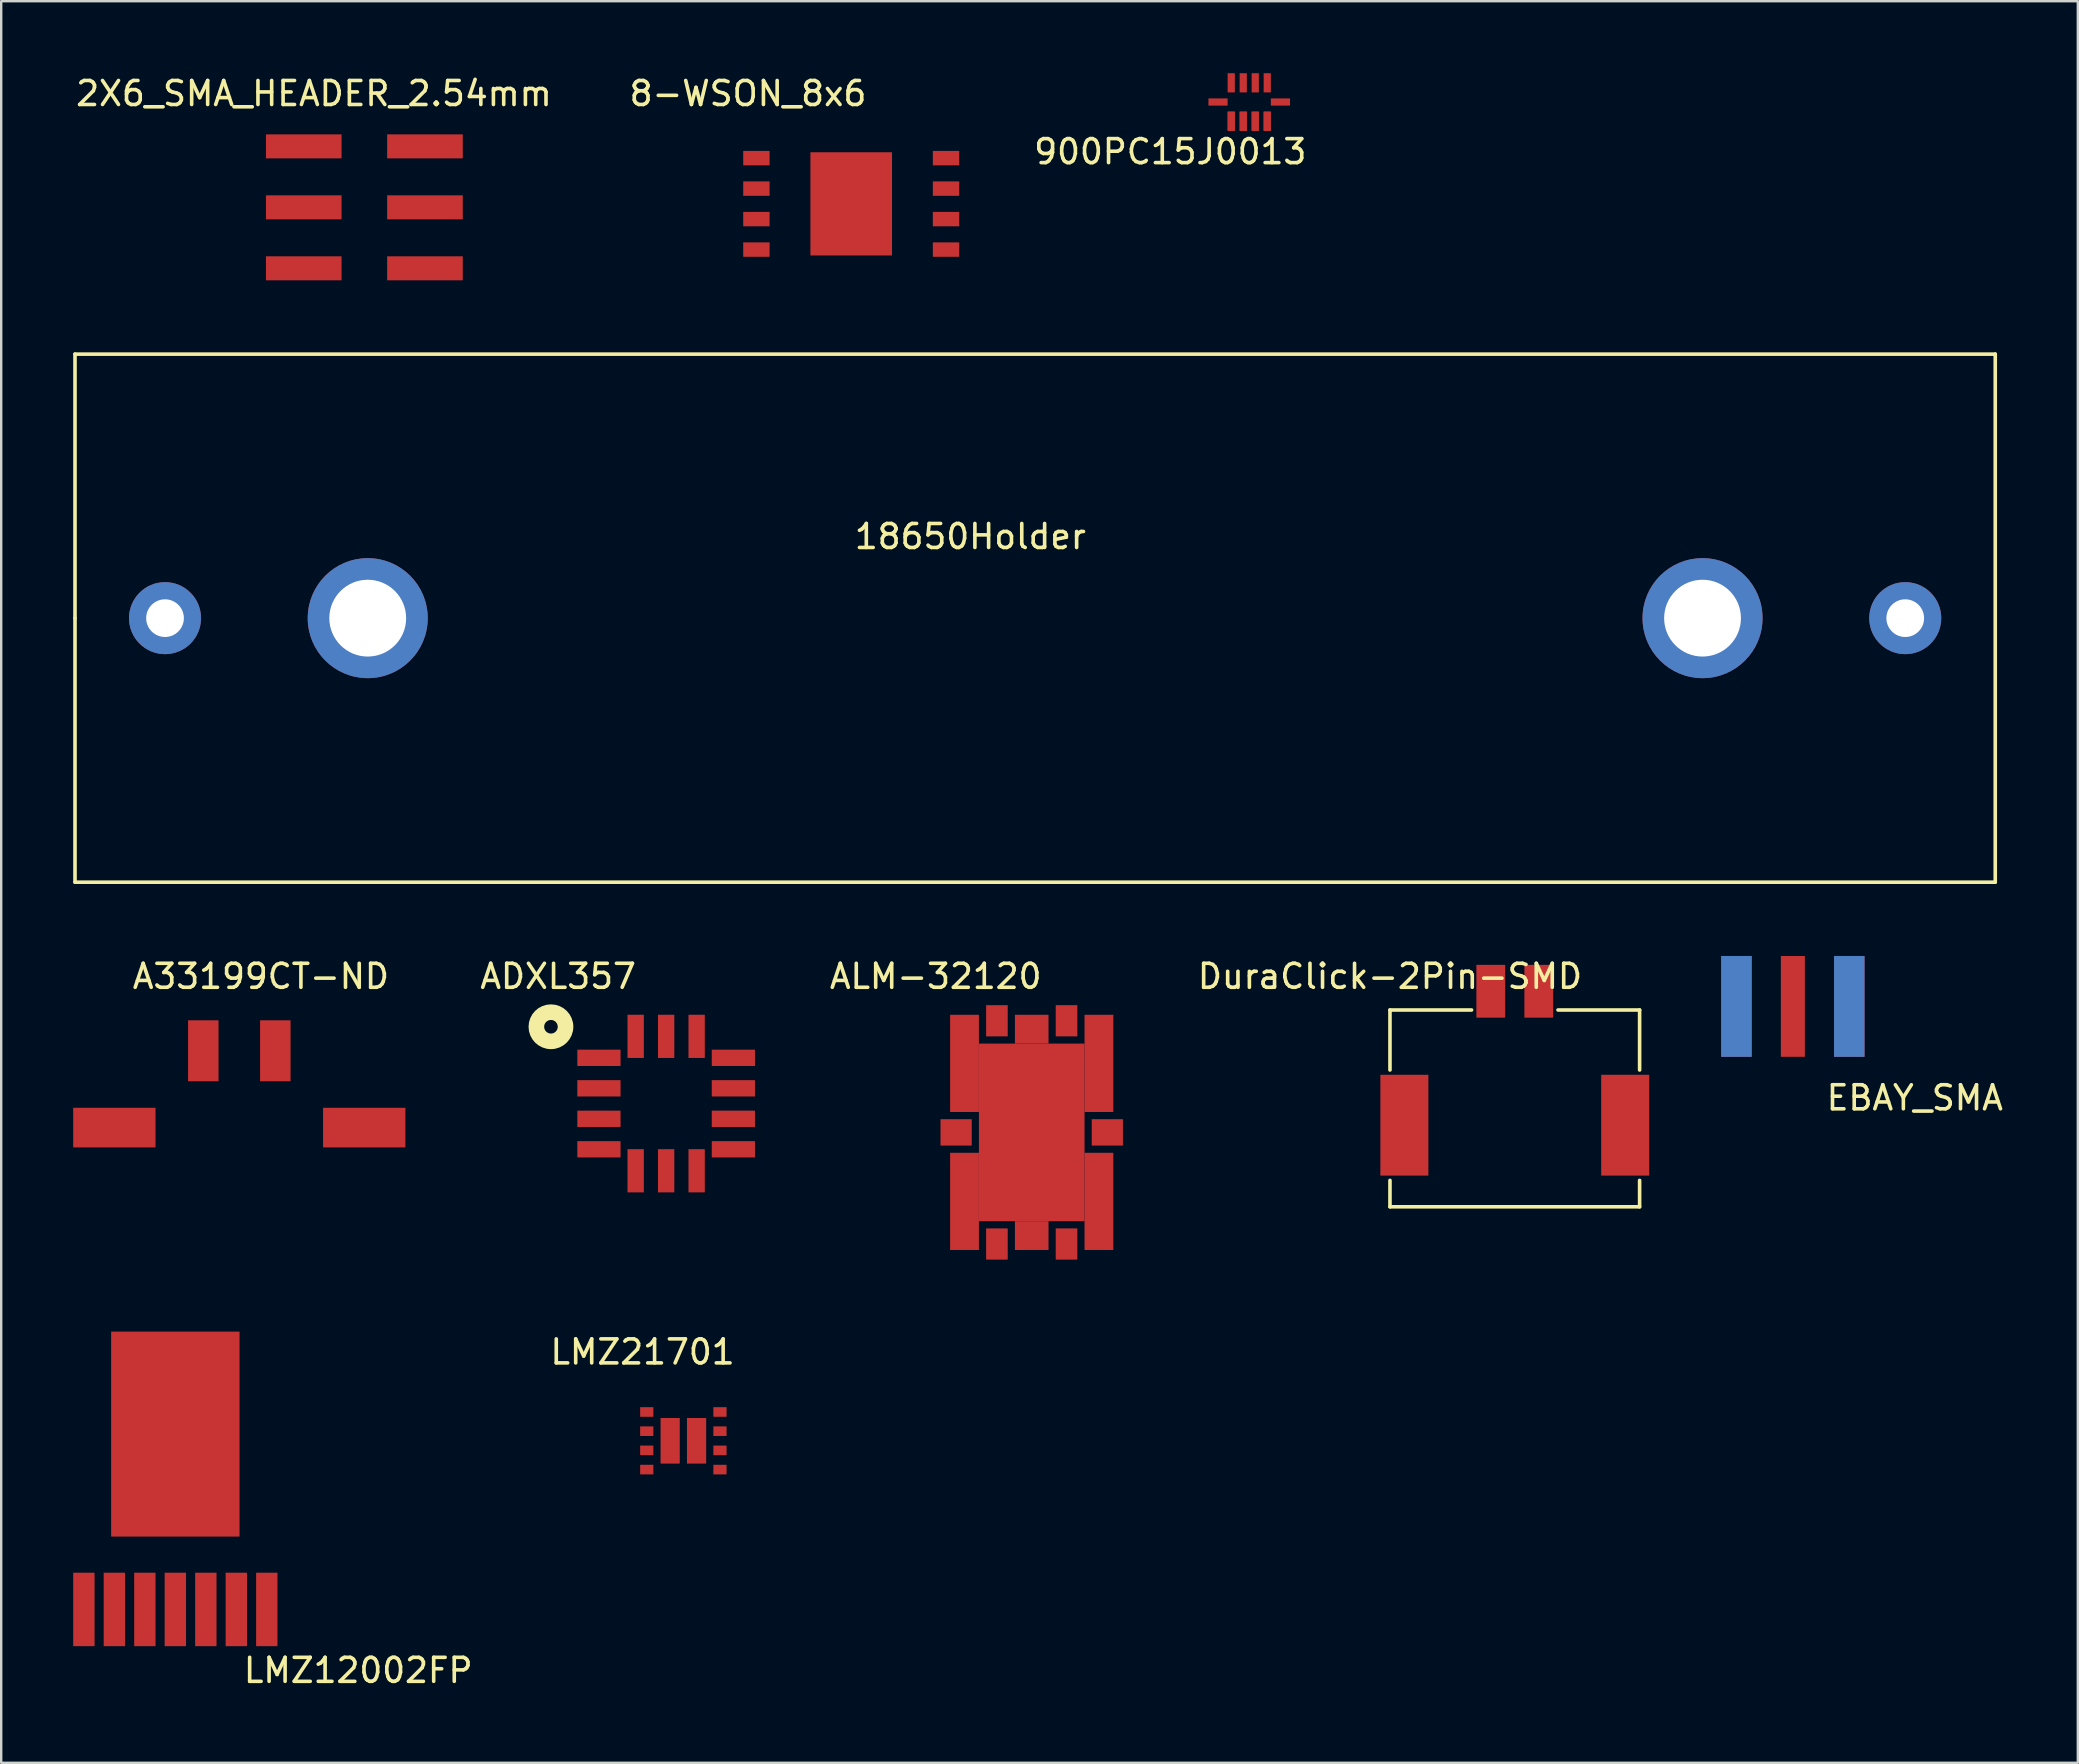
<source format=kicad_pcb>
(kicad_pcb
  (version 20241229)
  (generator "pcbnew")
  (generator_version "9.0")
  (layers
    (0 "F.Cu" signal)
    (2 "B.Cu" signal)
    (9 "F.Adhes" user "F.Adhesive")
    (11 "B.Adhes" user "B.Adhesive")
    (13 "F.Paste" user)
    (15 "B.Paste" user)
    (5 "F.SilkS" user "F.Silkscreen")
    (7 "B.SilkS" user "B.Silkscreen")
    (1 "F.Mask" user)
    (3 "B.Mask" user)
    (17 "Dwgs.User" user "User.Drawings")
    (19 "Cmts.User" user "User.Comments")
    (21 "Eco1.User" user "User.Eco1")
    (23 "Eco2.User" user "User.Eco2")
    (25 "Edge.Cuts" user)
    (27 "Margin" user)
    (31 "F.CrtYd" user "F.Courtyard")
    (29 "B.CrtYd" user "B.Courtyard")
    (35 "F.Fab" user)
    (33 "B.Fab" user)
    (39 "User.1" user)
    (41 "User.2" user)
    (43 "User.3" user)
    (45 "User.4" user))
  (footprint "2X6_SMA_HEADER_2.54mm"
    (layer "F.Cu")
    (at 12.13 3.048)
    (property "Reference" "2X6_SMA_HEADER_2.54mm" (at -2.1 -2.2 0) (layer "F.SilkS") (effects (font (size 1 1) (thickness 0.15))))
    (attr through_hole)
    (pad "1" smd rect (at -2.525 0) (size 3.15 1) (layers "F.Cu" "F.Mask" "F.Paste"))
    (pad "2" smd rect (at -2.525 2.54) (size 3.15 1) (layers "F.Cu" "F.Mask" "F.Paste"))
    (pad "3" smd rect (at -2.525 5.08) (size 3.15 1) (layers "F.Cu" "F.Mask" "F.Paste"))
    (pad "4" smd rect (at 2.525 0) (size 3.15 1) (layers "F.Cu" "F.Mask" "F.Paste"))
    (pad "5" smd rect (at 2.525 2.54) (size 3.15 1) (layers "F.Cu" "F.Mask" "F.Paste"))
    (pad "6" smd rect (at 2.525 5.08) (size 3.15 1) (layers "F.Cu" "F.Mask" "F.Paste")))
  (footprint "ADXL357"
    (layer "F.Cu")
    (at 24.703 42.926)
    (property "Reference" "ADXL357" (at -4.5 -5.3 0) (layer "F.SilkS") (effects (font (size 1 1) (thickness 0.15))))
    (attr through_hole)
    (fp_circle (center -4.8 -3.2) (end -4.6 -3) (stroke (width 0.65) (type solid)) (fill no) (layer "F.SilkS"))
    (pad "1" smd rect (at -2.8 -1.905) (size 1.8 0.68) (layers "F.Cu" "F.Mask" "F.Paste"))
    (pad "2" smd rect (at -2.8 -0.635) (size 1.8 0.68) (layers "F.Cu" "F.Mask" "F.Paste"))
    (pad "3" smd rect (at -2.8 0.635) (size 1.8 0.68) (layers "F.Cu" "F.Mask" "F.Paste"))
    (pad "4" smd rect (at -2.8 1.905) (size 1.8 0.68) (layers "F.Cu" "F.Mask" "F.Paste"))
    (pad "5" smd rect (at -1.27 2.8) (size 0.68 1.8) (layers "F.Cu" "F.Mask" "F.Paste"))
    (pad "6" smd rect (at 0 2.8) (size 0.68 1.8) (layers "F.Cu" "F.Mask" "F.Paste"))
    (pad "7" smd rect (at 1.27 2.8) (size 0.68 1.8) (layers "F.Cu" "F.Mask" "F.Paste"))
    (pad "8" smd rect (at 2.8 1.905) (size 1.8 0.68) (layers "F.Cu" "F.Mask" "F.Paste"))
    (pad "9" smd rect (at 2.8 0.635) (size 1.8 0.68) (layers "F.Cu" "F.Mask" "F.Paste"))
    (pad "10" smd rect (at 2.8 -0.635) (size 1.8 0.68) (layers "F.Cu" "F.Mask" "F.Paste"))
    (pad "11" smd rect (at 2.8 -1.905) (size 1.8 0.68) (layers "F.Cu" "F.Mask" "F.Paste"))
    (pad "12" smd rect (at 1.27 -2.8) (size 0.68 1.8) (layers "F.Cu" "F.Mask" "F.Paste"))
    (pad "13" smd rect (at 0 -2.8) (size 0.68 1.8) (layers "F.Cu" "F.Mask" "F.Paste"))
    (pad "14" smd rect (at -1.27 -2.8) (size 0.68 1.8) (layers "F.Cu" "F.Mask" "F.Paste")))
  (footprint "8-WSON_8x6"
    (layer "F.Cu")
    (at 32.413 7.348)
    (property "Reference" "8-WSON_8x6" (at -4.3 -6.5 0) (layer "F.SilkS") (effects (font (size 1 1) (thickness 0.15))))
    (attr through_hole)
    (pad "1" smd rect (at -3.85 -3.81) (size 1.1 0.6) (drill (offset -0.1 0)) (layers "F.Cu" "F.Mask" "F.Paste"))
    (pad "2" smd rect (at -3.85 -2.54) (size 1.1 0.6) (drill (offset -0.1 0)) (layers "F.Cu" "F.Mask" "F.Paste"))
    (pad "3" smd rect (at -3.85 -1.27) (size 1.1 0.6) (drill (offset -0.1 0)) (layers "F.Cu" "F.Mask" "F.Paste"))
    (pad "4" smd rect (at -3.85 0) (size 1.1 0.6) (drill (offset -0.1 0)) (layers "F.Cu" "F.Mask" "F.Paste"))
    (pad "5" smd rect (at 3.85 0) (size 1.1 0.6) (drill (offset 0.1 0)) (layers "F.Cu" "F.Mask" "F.Paste"))
    (pad "6" smd rect (at 3.85 -1.27) (size 1.1 0.6) (drill (offset 0.1 0)) (layers "F.Cu" "F.Mask" "F.Paste"))
    (pad "7" smd rect (at 3.85 -2.54) (size 1.1 0.6) (drill (offset 0.1 0)) (layers "F.Cu" "F.Mask" "F.Paste"))
    (pad "8" smd rect (at 3.85 -3.81) (size 1.1 0.6) (drill (offset 0.1 0)) (layers "F.Cu" "F.Mask" "F.Paste"))
    (pad "9" smd rect (at 0 -1.905) (size 3.4 4.3) (layers "F.Cu" "F.Mask" "F.Paste")))
  (footprint "ALM-32120"
    (layer "F.Cu")
    (at 39.933 44.127)
    (property "Reference" "ALM-32120" (at -4 -6.5 0) (layer "F.SilkS") (effects (font (size 1 1) (thickness 0.15))))
    (attr through_hole)
    (pad "1" smd rect (at -2.8 -2.875) (size 1.2 4.05) (layers "F.Cu" "F.Mask" "F.Paste"))
    (pad "1" smd rect (at -2.8 2.875) (size 1.2 4.05) (layers "F.Cu" "F.Mask" "F.Paste"))
    (pad "1" smd rect (at 0 -4.3) (size 1.4 1.2) (layers "F.Cu" "F.Mask" "F.Paste"))
    (pad "1" smd rect (at 0 0) (size 4.4 7.4) (layers "F.Cu" "F.Mask" "F.Paste"))
    (pad "1" smd rect (at 0 4.3) (size 1.4 1.2) (layers "F.Cu" "F.Mask" "F.Paste"))
    (pad "1" smd rect (at 2.8 -2.875) (size 1.2 4.05) (layers "F.Cu" "F.Mask" "F.Paste"))
    (pad "1" smd rect (at 2.8 2.875) (size 1.2 4.05) (layers "F.Cu" "F.Mask" "F.Paste"))
    (pad "4" smd rect (at 2.95 0) (size 1.3 1.1) (drill (offset 0.2 0)) (layers "F.Cu" "F.Mask" "F.Paste"))
    (pad "8" smd rect (at 1.45 4.45) (size 0.9 1.3) (drill (offset 0 0.2)) (layers "F.Cu" "F.Mask" "F.Paste"))
    (pad "10" smd rect (at -1.45 4.45) (size 0.9 1.3) (drill (offset 0 0.2)) (layers "F.Cu" "F.Mask" "F.Paste"))
    (pad "14" smd rect (at -2.95 0) (size 1.3 1.1) (drill (offset -0.2 0)) (layers "F.Cu" "F.Mask" "F.Paste"))
    (pad "18" smd rect (at -1.45 -4.45) (size 0.9 1.3) (drill (offset 0 -0.2)) (layers "F.Cu" "F.Mask" "F.Paste"))
    (pad "20" smd rect (at 1.45 -4.45) (size 0.9 1.3) (drill (offset 0 -0.2)) (layers "F.Cu" "F.Mask" "F.Paste")))
  (footprint "A33199CT-ND"
    (layer "F.Cu")
    (at 6.92 40.727)
    (property "Reference" "A33199CT-ND" (at 0.9 -3.1 0) (layer "F.SilkS") (effects (font (size 1 1) (thickness 0.15))))
    (attr through_hole)
    (pad "1" smd rect (at -1.5 0) (size 1.27 2.54) (layers "F.Cu" "F.Mask" "F.Paste"))
    (pad "2" smd rect (at 1.5 0) (size 1.27 2.54) (layers "F.Cu" "F.Mask" "F.Paste"))
    (pad "3" smd rect (at -5.205 3.2) (size 3.43 1.65) (layers "F.Cu" "F.Mask" "F.Paste"))
    (pad "3" smd rect (at 5.205 3.2) (size 3.43 1.65) (layers "F.Cu" "F.Mask" "F.Paste")))
  (footprint "LMZ12002FP"
    (layer "F.Cu")
    (at 4.255 64.001)
    (property "Reference" "LMZ12002FP" (at 7.62 2.54 0) (layer "F.SilkS") (effects (font (size 1 1) (thickness 0.15))))
    (attr through_hole)
    (pad "1" smd rect (at -3.81 0) (size 0.89 3.06) (layers "F.Cu" "F.Mask" "F.Paste"))
    (pad "2" smd rect (at -2.54 0) (size 0.89 3.06) (layers "F.Cu" "F.Mask" "F.Paste"))
    (pad "3" smd rect (at -1.27 0) (size 0.89 3.06) (layers "F.Cu" "F.Mask" "F.Paste"))
    (pad "4" smd rect (at 0 0) (size 0.89 3.06) (layers "F.Cu" "F.Mask" "F.Paste"))
    (pad "5" smd rect (at 1.27 0) (size 0.89 3.06) (layers "F.Cu" "F.Mask" "F.Paste"))
    (pad "6" smd rect (at 2.54 0) (size 0.89 3.06) (layers "F.Cu" "F.Mask" "F.Paste"))
    (pad "7" smd rect (at 3.81 0) (size 0.89 3.06) (layers "F.Cu" "F.Mask" "F.Paste"))
    (pad "8" smd rect (at 0 -7.305) (size 5.35 8.54) (layers "F.Cu" "F.Mask" "F.Paste")))
  (footprint "18650Holder"
    (layer "F.Cu")
    (at 40.075 22.703)
    (property "Reference" "18650Holder" (at -2.7 -3.4 0) (layer "F.SilkS") (effects (font (size 1 1) (thickness 0.15))))
    (attr through_hole)
    (fp_line (start -40 -11) (end 40 -11) (stroke (width 0.15) (type solid)) (layer "F.SilkS"))
    (fp_line (start -40 0) (end -40 -11) (stroke (width 0.15) (type solid)) (layer "F.SilkS"))
    (fp_line (start -40 11) (end -40 0) (stroke (width 0.15) (type solid)) (layer "F.SilkS"))
    (fp_line (start 40 -11) (end 40 11) (stroke (width 0.15) (type solid)) (layer "F.SilkS"))
    (fp_line (start 40 11) (end -40 11) (stroke (width 0.15) (type solid)) (layer "F.SilkS"))
    (pad "1" thru_hole circle (at -27.805 0) (size 5 5) (drill 3.2) (layers "*.Cu" "*.Mask"))
    (pad "2" thru_hole circle (at 27.805 0) (size 5 5) (drill 3.2) (layers "*.Cu" "*.Mask"))
    (pad "3" thru_hole circle (at -36.25 0) (size 3 3) (drill 1.57) (layers "*.Cu" "*.Mask"))
    (pad "3" thru_hole circle (at 36.25 0) (size 3 3) (drill 1.57) (layers "*.Cu" "*.Mask")))
  (footprint "EBAY_SMA"
    (layer "F.Cu")
    (at 71.643 38.878)
    (property "Reference" "EBAY_SMA" (at 5.08 3.81 0) (layer "F.SilkS") (effects (font (size 1 1) (thickness 0.15))))
    (attr through_hole)
    (pad "1" smd rect (at 0 0) (size 1 4.2) (layers "F.Cu" "F.Mask" "F.Paste"))
    (pad "2" smd rect (at -2.35 0) (size 1.27 4.2) (layers "F.Cu" "F.Mask" "F.Paste"))
    (pad "2" smd rect (at -2.35 0) (size 1.27 4.2) (layers "F.Mask" "B.Cu" "F.Paste"))
    (pad "2" smd rect (at 2.35 0) (size 1.27 4.2) (layers "F.Cu" "F.Mask" "F.Paste"))
    (pad "2" smd rect (at 2.35 0) (size 1.27 4.2) (layers "F.Mask" "B.Cu" "F.Paste")))
  (footprint "LMZ21701"
    (layer "F.Cu")
    (at 25.42 55.775)
    (property "Reference" "LMZ21701" (at -1.7 -2.5 0) (layer "F.SilkS") (effects (font (size 1 1) (thickness 0.15))))
    (attr through_hole)
    (pad "1" smd rect (at -1.525 0) (size 0.55 0.4) (layers "F.Cu" "F.Mask" "F.Paste"))
    (pad "2" smd rect (at -1.525 0.8) (size 0.55 0.4) (layers "F.Cu" "F.Mask" "F.Paste"))
    (pad "3" smd rect (at -1.525 1.6) (size 0.55 0.4) (layers "F.Cu" "F.Mask" "F.Paste"))
    (pad "4" smd rect (at -1.525 2.4) (size 0.55 0.4) (layers "F.Cu" "F.Mask" "F.Paste"))
    (pad "5" smd rect (at -0.55 1.2) (size 0.8 1.9) (layers "F.Cu" "F.Mask" "F.Paste"))
    (pad "5" smd rect (at 0.55 1.2) (size 0.8 1.9) (layers "F.Cu" "F.Mask" "F.Paste"))
    (pad "5" smd rect (at 1.525 2.4) (size 0.55 0.4) (layers "F.Cu" "F.Mask" "F.Paste"))
    (pad "6" smd rect (at 1.525 1.6) (size 0.55 0.4) (layers "F.Cu" "F.Mask" "F.Paste"))
    (pad "7" smd rect (at 1.525 0.8) (size 0.55 0.4) (layers "F.Cu" "F.Mask" "F.Paste"))
    (pad "8" smd rect (at 1.525 0) (size 0.55 0.4) (layers "F.Cu" "F.Mask" "F.Paste")))
  (footprint "DuraClick-2Pin-SMD"
    (layer "F.Cu")
    (at 60.058 43.827)
    (property "Reference" "DuraClick-2Pin-SMD" (at -5.2 -6.2 0) (layer "F.SilkS") (effects (font (size 1 1) (thickness 0.15))))
    (attr through_hole)
    (fp_line (start -5.2 -4.8) (end -5.2 -2.3) (stroke (width 0.15) (type solid)) (layer "F.SilkS"))
    (fp_line (start -5.2 2.3) (end -5.2 3.4) (stroke (width 0.15) (type solid)) (layer "F.SilkS"))
    (fp_line (start -5.2 3.4) (end 5.2 3.4) (stroke (width 0.15) (type solid)) (layer "F.SilkS"))
    (fp_line (start -1.8 -4.8) (end -5.2 -4.8) (stroke (width 0.15) (type solid)) (layer "F.SilkS"))
    (fp_line (start 1.8 -4.8) (end 5.2 -4.8) (stroke (width 0.15) (type solid)) (layer "F.SilkS"))
    (fp_line (start 5.2 -4.8) (end 5.2 -2.3) (stroke (width 0.15) (type solid)) (layer "F.SilkS"))
    (fp_line (start 5.2 3.4) (end 5.2 2.3) (stroke (width 0.15) (type solid)) (layer "F.SilkS"))
    (pad "1" smd rect (at -1 -5.58) (size 1.2 2.2) (layers "F.Cu" "F.Mask" "F.Paste"))
    (pad "2" smd rect (at 1 -5.58) (size 1.2 2.2) (layers "F.Cu" "F.Mask" "F.Paste"))
    (pad "3" smd rect (at -4.6 0) (size 2 4.2) (layers "F.Cu" "F.Mask" "F.Paste"))
    (pad "4" smd rect (at 4.6 0) (size 2 4.2) (layers "F.Cu" "F.Mask" "F.Paste")))
  (footprint "900PC15J0013"
    (layer "F.Cu")
    (at 48.245 2)
    (property "Reference" "900PC15J0013" (at -2.54 1.27 0) (layer "F.SilkS") (effects (font (size 1 1) (thickness 0.15))))
    (attr through_hole)
    (pad "1" smd rect (at 0 0) (size 0.3 0.8) (layers "F.Cu" "F.Mask" "F.Paste"))
    (pad "1" smd rect (at 0 0) (size 0.3 0.8) (layers "F.Cu" "F.Mask" "F.Paste"))
    (pad "2" smd rect (at 0.5 0) (size 0.3 0.8) (layers "F.Cu" "F.Mask" "F.Paste"))
    (pad "2" smd rect (at 0.5 0) (size 0.3 0.8) (layers "F.Cu" "F.Mask" "F.Paste"))
    (pad "3" smd rect (at 1 0) (size 0.3 0.8) (layers "F.Cu" "F.Mask" "F.Paste"))
    (pad "3" smd rect (at 1 0) (size 0.3 0.8) (layers "F.Cu" "F.Mask" "F.Paste"))
    (pad "4" smd rect (at 1.5 0) (size 0.3 0.8) (layers "F.Cu" "F.Mask" "F.Paste"))
    (pad "4" smd rect (at 1.5 0) (size 0.3 0.8) (layers "F.Cu" "F.Mask" "F.Paste"))
    (pad "5" smd rect (at 2.05 -0.8) (size 0.8 0.3) (layers "F.Cu" "F.Mask" "F.Paste"))
    (pad "6" smd rect (at 1.5 -1.6) (size 0.3 0.8) (layers "F.Cu" "F.Mask" "F.Paste"))
    (pad "7" smd rect (at 1 -1.6) (size 0.3 0.8) (layers "F.Cu" "F.Mask" "F.Paste"))
    (pad "8" smd rect (at 0.5 -1.6) (size 0.3 0.8) (layers "F.Cu" "F.Mask" "F.Paste"))
    (pad "9" smd rect (at 0 -1.6) (size 0.3 0.8) (layers "F.Cu" "F.Mask" "F.Paste"))
    (pad "10" smd rect (at -0.55 -0.8) (size 0.8 0.3) (layers "F.Cu" "F.Mask" "F.Paste")))
  (gr_rect
    (start -3 -3)
    (end 83.515 70.39)
    (stroke (width 0.1) (type default))
    (fill no)
    (layer "Edge.Cuts")))
</source>
